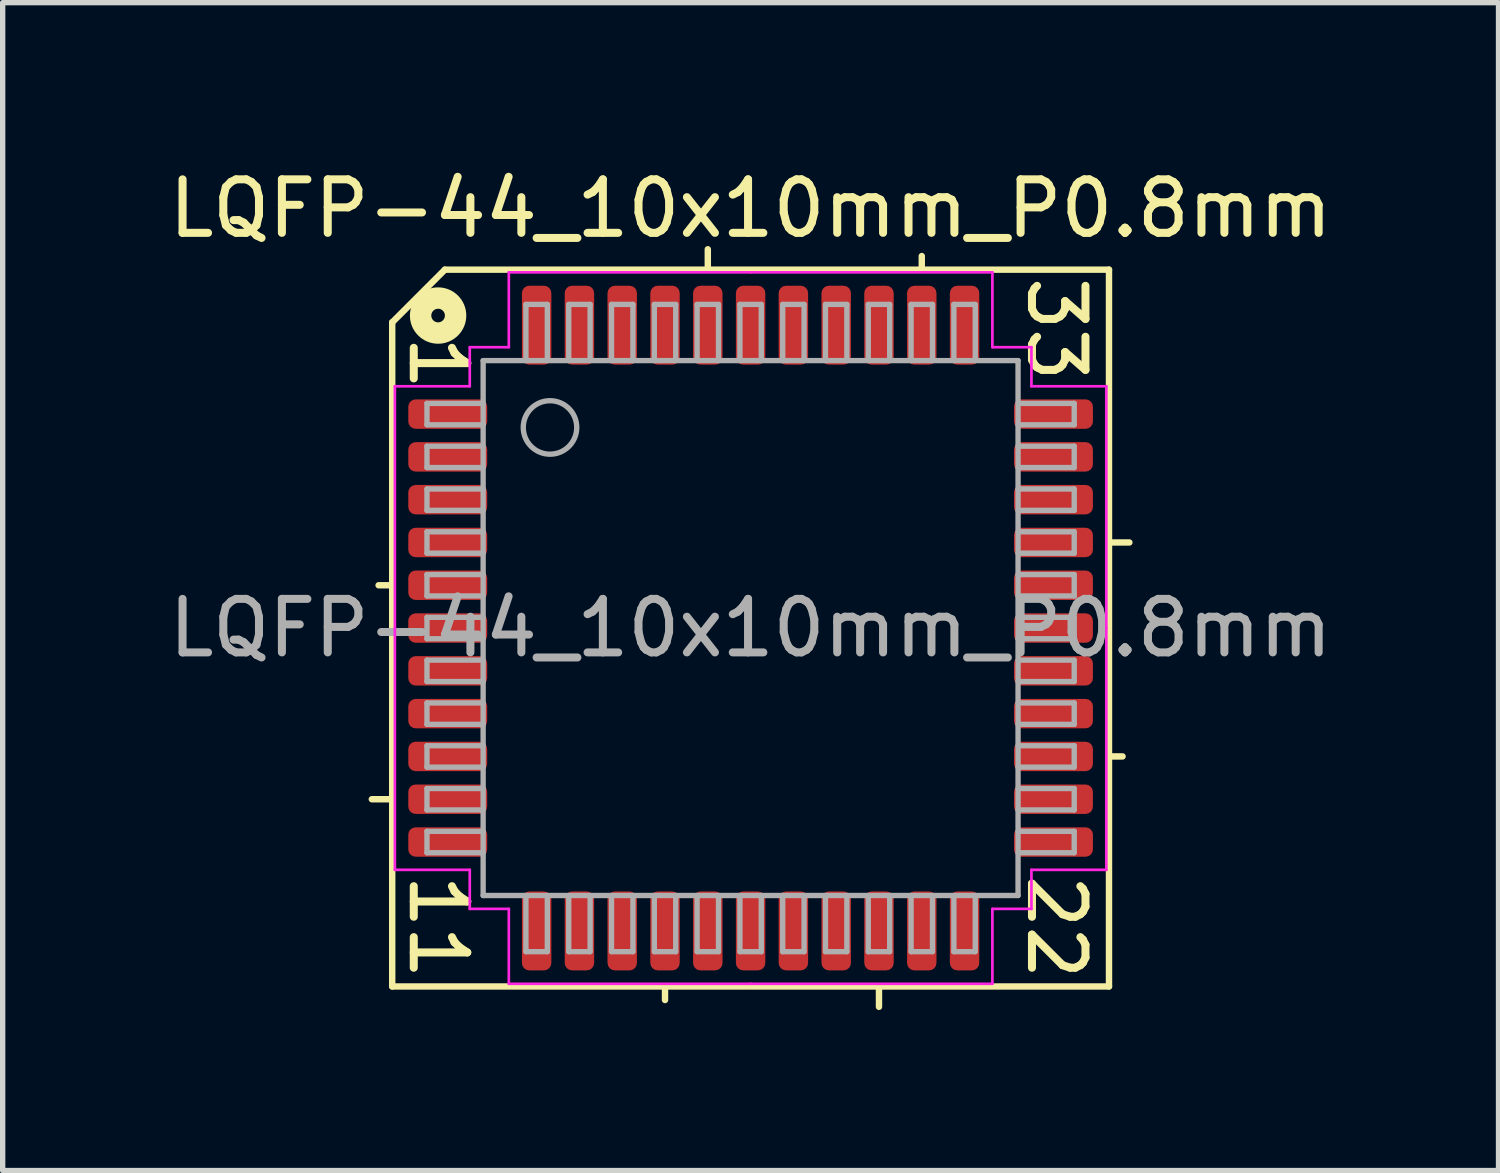
<source format=kicad_pcb>
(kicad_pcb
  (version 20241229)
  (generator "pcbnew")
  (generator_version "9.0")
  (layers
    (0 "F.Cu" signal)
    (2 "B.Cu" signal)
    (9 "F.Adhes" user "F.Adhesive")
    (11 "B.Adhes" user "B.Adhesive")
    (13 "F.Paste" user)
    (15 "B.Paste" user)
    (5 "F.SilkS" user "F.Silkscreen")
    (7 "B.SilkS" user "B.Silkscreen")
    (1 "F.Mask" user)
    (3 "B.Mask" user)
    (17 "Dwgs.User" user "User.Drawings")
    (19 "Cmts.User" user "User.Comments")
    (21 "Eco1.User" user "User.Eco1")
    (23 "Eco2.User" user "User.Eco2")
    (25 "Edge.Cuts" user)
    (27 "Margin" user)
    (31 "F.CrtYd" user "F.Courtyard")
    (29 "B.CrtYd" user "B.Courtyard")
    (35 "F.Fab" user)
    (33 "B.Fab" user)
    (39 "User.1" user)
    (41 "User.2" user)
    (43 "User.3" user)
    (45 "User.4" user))
  (footprint "LQFP-44_10x10mm_P0.8mm"
    (layer "F.Cu")
    (at 10.982 8.691)
    (property "Reference" "LQFP-44_10x10mm_P0.8mm" (at 0 -7.843 0) (layer "F.SilkS") (effects (font (size 1 1) (thickness 0.15))))
    (attr smd)
    (fp_line (start -6.7 -5.715) (end -5.715 -6.7) (stroke (width 0.12) (type solid)) (layer "F.SilkS"))
    (fp_line (start -6.7 -0.8) (end -6.954 -0.8) (stroke (width 0.12) (type solid)) (layer "F.SilkS"))
    (fp_line (start -6.7 3.2) (end -7.081 3.2) (stroke (width 0.12) (type solid)) (layer "F.SilkS"))
    (fp_line (start -6.7 6.7) (end -6.7 -5.715) (stroke (width 0.12) (type solid)) (layer "F.SilkS"))
    (fp_line (start -5.715 -6.7) (end 6.7 -6.7) (stroke (width 0.12) (type solid)) (layer "F.SilkS"))
    (fp_line (start -1.6 6.7) (end -1.6 6.954) (stroke (width 0.12) (type solid)) (layer "F.SilkS"))
    (fp_line (start -0.8 -6.7) (end -0.8 -7.081) (stroke (width 0.12) (type solid)) (layer "F.SilkS"))
    (fp_line (start 2.4 6.7) (end 2.4 7.081) (stroke (width 0.12) (type solid)) (layer "F.SilkS"))
    (fp_line (start 3.2 -6.7) (end 3.2 -6.954) (stroke (width 0.12) (type solid)) (layer "F.SilkS"))
    (fp_line (start 6.7 -6.7) (end 6.7 6.7) (stroke (width 0.12) (type solid)) (layer "F.SilkS"))
    (fp_line (start 6.7 -1.6) (end 7.081 -1.6) (stroke (width 0.12) (type solid)) (layer "F.SilkS"))
    (fp_line (start 6.7 2.4) (end 6.954 2.4) (stroke (width 0.12) (type solid)) (layer "F.SilkS"))
    (fp_line (start 6.7 6.7) (end -6.7 6.7) (stroke (width 0.12) (type solid)) (layer "F.SilkS"))
    (fp_circle (center -5.842 -5.842) (end -5.715 -5.842) (stroke (width 0.4) (type solid)) (fill no) (layer "F.SilkS"))
    (fp_line (start -6.65 -4.52) (end -6.65 0) (stroke (width 0.05) (type solid)) (layer "F.CrtYd"))
    (fp_line (start -6.65 4.52) (end -6.65 0) (stroke (width 0.05) (type solid)) (layer "F.CrtYd"))
    (fp_line (start -5.25 -5.25) (end -5.25 -4.52) (stroke (width 0.05) (type solid)) (layer "F.CrtYd"))
    (fp_line (start -5.25 -4.52) (end -6.65 -4.52) (stroke (width 0.05) (type solid)) (layer "F.CrtYd"))
    (fp_line (start -5.25 4.52) (end -6.65 4.52) (stroke (width 0.05) (type solid)) (layer "F.CrtYd"))
    (fp_line (start -5.25 5.25) (end -5.25 4.52) (stroke (width 0.05) (type solid)) (layer "F.CrtYd"))
    (fp_line (start -4.52 -6.65) (end -4.52 -5.25) (stroke (width 0.05) (type solid)) (layer "F.CrtYd"))
    (fp_line (start -4.52 -5.25) (end -5.25 -5.25) (stroke (width 0.05) (type solid)) (layer "F.CrtYd"))
    (fp_line (start -4.52 5.25) (end -5.25 5.25) (stroke (width 0.05) (type solid)) (layer "F.CrtYd"))
    (fp_line (start -4.52 6.65) (end -4.52 5.25) (stroke (width 0.05) (type solid)) (layer "F.CrtYd"))
    (fp_line (start 0 -6.65) (end -4.52 -6.65) (stroke (width 0.05) (type solid)) (layer "F.CrtYd"))
    (fp_line (start 0 -6.65) (end 4.52 -6.65) (stroke (width 0.05) (type solid)) (layer "F.CrtYd"))
    (fp_line (start 0 6.65) (end -4.52 6.65) (stroke (width 0.05) (type solid)) (layer "F.CrtYd"))
    (fp_line (start 0 6.65) (end 4.52 6.65) (stroke (width 0.05) (type solid)) (layer "F.CrtYd"))
    (fp_line (start 4.52 -6.65) (end 4.52 -5.25) (stroke (width 0.05) (type solid)) (layer "F.CrtYd"))
    (fp_line (start 4.52 -5.25) (end 5.25 -5.25) (stroke (width 0.05) (type solid)) (layer "F.CrtYd"))
    (fp_line (start 4.52 5.25) (end 5.25 5.25) (stroke (width 0.05) (type solid)) (layer "F.CrtYd"))
    (fp_line (start 4.52 6.65) (end 4.52 5.25) (stroke (width 0.05) (type solid)) (layer "F.CrtYd"))
    (fp_line (start 5.25 -5.25) (end 5.25 -4.52) (stroke (width 0.05) (type solid)) (layer "F.CrtYd"))
    (fp_line (start 5.25 -4.52) (end 6.65 -4.52) (stroke (width 0.05) (type solid)) (layer "F.CrtYd"))
    (fp_line (start 5.25 4.52) (end 6.65 4.52) (stroke (width 0.05) (type solid)) (layer "F.CrtYd"))
    (fp_line (start 5.25 5.25) (end 5.25 4.52) (stroke (width 0.05) (type solid)) (layer "F.CrtYd"))
    (fp_line (start 6.65 -4.52) (end 6.65 0) (stroke (width 0.05) (type solid)) (layer "F.CrtYd"))
    (fp_line (start 6.65 4.52) (end 6.65 0) (stroke (width 0.05) (type solid)) (layer "F.CrtYd"))
    (fp_line (start -6.05 -4.2) (end -6.05 -3.8) (stroke (width 0.1) (type solid)) (layer "F.Fab"))
    (fp_line (start -6.05 -4.2) (end -5 -4.2) (stroke (width 0.1) (type solid)) (layer "F.Fab"))
    (fp_line (start -6.05 -3.8) (end -5 -3.8) (stroke (width 0.1) (type solid)) (layer "F.Fab"))
    (fp_line (start -6.05 -3.4) (end -6.05 -3) (stroke (width 0.1) (type solid)) (layer "F.Fab"))
    (fp_line (start -6.05 -3.4) (end -5 -3.4) (stroke (width 0.1) (type solid)) (layer "F.Fab"))
    (fp_line (start -6.05 -3) (end -5 -3) (stroke (width 0.1) (type solid)) (layer "F.Fab"))
    (fp_line (start -6.05 -2.6) (end -6.05 -2.2) (stroke (width 0.1) (type solid)) (layer "F.Fab"))
    (fp_line (start -6.05 -2.6) (end -5 -2.6) (stroke (width 0.1) (type solid)) (layer "F.Fab"))
    (fp_line (start -6.05 -2.2) (end -5 -2.2) (stroke (width 0.1) (type solid)) (layer "F.Fab"))
    (fp_line (start -6.05 -1.8) (end -6.05 -1.4) (stroke (width 0.1) (type solid)) (layer "F.Fab"))
    (fp_line (start -6.05 -1.8) (end -5 -1.8) (stroke (width 0.1) (type solid)) (layer "F.Fab"))
    (fp_line (start -6.05 -1.4) (end -5 -1.4) (stroke (width 0.1) (type solid)) (layer "F.Fab"))
    (fp_line (start -6.05 -1) (end -6.05 -0.6) (stroke (width 0.1) (type solid)) (layer "F.Fab"))
    (fp_line (start -6.05 -1) (end -5 -1) (stroke (width 0.1) (type solid)) (layer "F.Fab"))
    (fp_line (start -6.05 -0.6) (end -5 -0.6) (stroke (width 0.1) (type solid)) (layer "F.Fab"))
    (fp_line (start -6.05 -0.2) (end -6.05 0.2) (stroke (width 0.1) (type solid)) (layer "F.Fab"))
    (fp_line (start -6.05 -0.2) (end -5 -0.2) (stroke (width 0.1) (type solid)) (layer "F.Fab"))
    (fp_line (start -6.05 0.2) (end -5 0.2) (stroke (width 0.1) (type solid)) (layer "F.Fab"))
    (fp_line (start -6.05 0.6) (end -6.05 1) (stroke (width 0.1) (type solid)) (layer "F.Fab"))
    (fp_line (start -6.05 0.6) (end -5 0.6) (stroke (width 0.1) (type solid)) (layer "F.Fab"))
    (fp_line (start -6.05 1) (end -5 1) (stroke (width 0.1) (type solid)) (layer "F.Fab"))
    (fp_line (start -6.05 1.4) (end -6.05 1.8) (stroke (width 0.1) (type solid)) (layer "F.Fab"))
    (fp_line (start -6.05 1.4) (end -5 1.4) (stroke (width 0.1) (type solid)) (layer "F.Fab"))
    (fp_line (start -6.05 1.8) (end -5 1.8) (stroke (width 0.1) (type solid)) (layer "F.Fab"))
    (fp_line (start -6.05 2.2) (end -6.05 2.6) (stroke (width 0.1) (type solid)) (layer "F.Fab"))
    (fp_line (start -6.05 2.2) (end -5 2.2) (stroke (width 0.1) (type solid)) (layer "F.Fab"))
    (fp_line (start -6.05 2.6) (end -5 2.6) (stroke (width 0.1) (type solid)) (layer "F.Fab"))
    (fp_line (start -6.05 3) (end -6.05 3.4) (stroke (width 0.1) (type solid)) (layer "F.Fab"))
    (fp_line (start -6.05 3) (end -5 3) (stroke (width 0.1) (type solid)) (layer "F.Fab"))
    (fp_line (start -6.05 3.4) (end -5 3.4) (stroke (width 0.1) (type solid)) (layer "F.Fab"))
    (fp_line (start -6.05 3.8) (end -6.05 4.2) (stroke (width 0.1) (type solid)) (layer "F.Fab"))
    (fp_line (start -6.05 3.8) (end -5 3.8) (stroke (width 0.1) (type solid)) (layer "F.Fab"))
    (fp_line (start -6.05 4.2) (end -5 4.2) (stroke (width 0.1) (type solid)) (layer "F.Fab"))
    (fp_line (start -5 -5) (end 5 -5) (stroke (width 0.1) (type solid)) (layer "F.Fab"))
    (fp_line (start -5 5) (end -5 -5) (stroke (width 0.1) (type solid)) (layer "F.Fab"))
    (fp_line (start -4.2 -6.05) (end -4.2 -5) (stroke (width 0.1) (type solid)) (layer "F.Fab"))
    (fp_line (start -4.2 6.05) (end -4.2 5) (stroke (width 0.1) (type solid)) (layer "F.Fab"))
    (fp_line (start -4.2 6.05) (end -3.8 6.05) (stroke (width 0.1) (type solid)) (layer "F.Fab"))
    (fp_line (start -3.8 -6.05) (end -4.2 -6.05) (stroke (width 0.1) (type solid)) (layer "F.Fab"))
    (fp_line (start -3.8 -6.05) (end -3.8 -5) (stroke (width 0.1) (type solid)) (layer "F.Fab"))
    (fp_line (start -3.8 6.05) (end -3.8 5) (stroke (width 0.1) (type solid)) (layer "F.Fab"))
    (fp_line (start -3.4 -6.05) (end -3.4 -5) (stroke (width 0.1) (type solid)) (layer "F.Fab"))
    (fp_line (start -3.4 6.05) (end -3.4 5) (stroke (width 0.1) (type solid)) (layer "F.Fab"))
    (fp_line (start -3.4 6.05) (end -3 6.05) (stroke (width 0.1) (type solid)) (layer "F.Fab"))
    (fp_line (start -3 -6.05) (end -3.4 -6.05) (stroke (width 0.1) (type solid)) (layer "F.Fab"))
    (fp_line (start -3 -6.05) (end -3 -5) (stroke (width 0.1) (type solid)) (layer "F.Fab"))
    (fp_line (start -3 6.05) (end -3 5) (stroke (width 0.1) (type solid)) (layer "F.Fab"))
    (fp_line (start -2.6 -6.05) (end -2.6 -5) (stroke (width 0.1) (type solid)) (layer "F.Fab"))
    (fp_line (start -2.6 6.05) (end -2.6 5) (stroke (width 0.1) (type solid)) (layer "F.Fab"))
    (fp_line (start -2.6 6.05) (end -2.2 6.05) (stroke (width 0.1) (type solid)) (layer "F.Fab"))
    (fp_line (start -2.2 -6.05) (end -2.6 -6.05) (stroke (width 0.1) (type solid)) (layer "F.Fab"))
    (fp_line (start -2.2 -6.05) (end -2.2 -5) (stroke (width 0.1) (type solid)) (layer "F.Fab"))
    (fp_line (start -2.2 6.05) (end -2.2 5) (stroke (width 0.1) (type solid)) (layer "F.Fab"))
    (fp_line (start -1.8 -6.05) (end -1.8 -5) (stroke (width 0.1) (type solid)) (layer "F.Fab"))
    (fp_line (start -1.8 6.05) (end -1.8 5) (stroke (width 0.1) (type solid)) (layer "F.Fab"))
    (fp_line (start -1.8 6.05) (end -1.4 6.05) (stroke (width 0.1) (type solid)) (layer "F.Fab"))
    (fp_line (start -1.4 -6.05) (end -1.8 -6.05) (stroke (width 0.1) (type solid)) (layer "F.Fab"))
    (fp_line (start -1.4 -6.05) (end -1.4 -5) (stroke (width 0.1) (type solid)) (layer "F.Fab"))
    (fp_line (start -1.4 6.05) (end -1.4 5) (stroke (width 0.1) (type solid)) (layer "F.Fab"))
    (fp_line (start -1 -6.05) (end -1 -5) (stroke (width 0.1) (type solid)) (layer "F.Fab"))
    (fp_line (start -1 6.05) (end -1 5) (stroke (width 0.1) (type solid)) (layer "F.Fab"))
    (fp_line (start -1 6.05) (end -0.6 6.05) (stroke (width 0.1) (type solid)) (layer "F.Fab"))
    (fp_line (start -0.6 -6.05) (end -1 -6.05) (stroke (width 0.1) (type solid)) (layer "F.Fab"))
    (fp_line (start -0.6 -6.05) (end -0.6 -5) (stroke (width 0.1) (type solid)) (layer "F.Fab"))
    (fp_line (start -0.6 6.05) (end -0.6 5) (stroke (width 0.1) (type solid)) (layer "F.Fab"))
    (fp_line (start -0.2 -6.05) (end -0.2 -5) (stroke (width 0.1) (type solid)) (layer "F.Fab"))
    (fp_line (start -0.2 6.05) (end -0.2 5) (stroke (width 0.1) (type solid)) (layer "F.Fab"))
    (fp_line (start -0.2 6.05) (end 0.2 6.05) (stroke (width 0.1) (type solid)) (layer "F.Fab"))
    (fp_line (start 0.2 -6.05) (end -0.2 -6.05) (stroke (width 0.1) (type solid)) (layer "F.Fab"))
    (fp_line (start 0.2 -6.05) (end 0.2 -5) (stroke (width 0.1) (type solid)) (layer "F.Fab"))
    (fp_line (start 0.2 6.05) (end 0.2 5) (stroke (width 0.1) (type solid)) (layer "F.Fab"))
    (fp_line (start 0.6 -6.05) (end 0.6 -5) (stroke (width 0.1) (type solid)) (layer "F.Fab"))
    (fp_line (start 0.6 6.05) (end 0.6 5) (stroke (width 0.1) (type solid)) (layer "F.Fab"))
    (fp_line (start 0.6 6.05) (end 1 6.05) (stroke (width 0.1) (type solid)) (layer "F.Fab"))
    (fp_line (start 1 -6.05) (end 0.6 -6.05) (stroke (width 0.1) (type solid)) (layer "F.Fab"))
    (fp_line (start 1 -6.05) (end 1 -5) (stroke (width 0.1) (type solid)) (layer "F.Fab"))
    (fp_line (start 1 6.05) (end 1 5) (stroke (width 0.1) (type solid)) (layer "F.Fab"))
    (fp_line (start 1.4 -6.05) (end 1.4 -5) (stroke (width 0.1) (type solid)) (layer "F.Fab"))
    (fp_line (start 1.4 6.05) (end 1.4 5) (stroke (width 0.1) (type solid)) (layer "F.Fab"))
    (fp_line (start 1.4 6.05) (end 1.8 6.05) (stroke (width 0.1) (type solid)) (layer "F.Fab"))
    (fp_line (start 1.8 -6.05) (end 1.4 -6.05) (stroke (width 0.1) (type solid)) (layer "F.Fab"))
    (fp_line (start 1.8 -6.05) (end 1.8 -5) (stroke (width 0.1) (type solid)) (layer "F.Fab"))
    (fp_line (start 1.8 6.05) (end 1.8 5) (stroke (width 0.1) (type solid)) (layer "F.Fab"))
    (fp_line (start 2.2 -6.05) (end 2.2 -5) (stroke (width 0.1) (type solid)) (layer "F.Fab"))
    (fp_line (start 2.2 6.05) (end 2.2 5) (stroke (width 0.1) (type solid)) (layer "F.Fab"))
    (fp_line (start 2.2 6.05) (end 2.6 6.05) (stroke (width 0.1) (type solid)) (layer "F.Fab"))
    (fp_line (start 2.6 -6.05) (end 2.2 -6.05) (stroke (width 0.1) (type solid)) (layer "F.Fab"))
    (fp_line (start 2.6 -6.05) (end 2.6 -5) (stroke (width 0.1) (type solid)) (layer "F.Fab"))
    (fp_line (start 2.6 6.05) (end 2.6 5) (stroke (width 0.1) (type solid)) (layer "F.Fab"))
    (fp_line (start 3 -6.05) (end 3 -5) (stroke (width 0.1) (type solid)) (layer "F.Fab"))
    (fp_line (start 3 6.05) (end 3 5) (stroke (width 0.1) (type solid)) (layer "F.Fab"))
    (fp_line (start 3 6.05) (end 3.4 6.05) (stroke (width 0.1) (type solid)) (layer "F.Fab"))
    (fp_line (start 3.4 -6.05) (end 3 -6.05) (stroke (width 0.1) (type solid)) (layer "F.Fab"))
    (fp_line (start 3.4 -6.05) (end 3.4 -5) (stroke (width 0.1) (type solid)) (layer "F.Fab"))
    (fp_line (start 3.4 6.05) (end 3.4 5) (stroke (width 0.1) (type solid)) (layer "F.Fab"))
    (fp_line (start 3.8 -6.05) (end 3.8 -5) (stroke (width 0.1) (type solid)) (layer "F.Fab"))
    (fp_line (start 3.8 6.05) (end 3.8 5) (stroke (width 0.1) (type solid)) (layer "F.Fab"))
    (fp_line (start 3.8 6.05) (end 4.2 6.05) (stroke (width 0.1) (type solid)) (layer "F.Fab"))
    (fp_line (start 4.2 -6.05) (end 3.8 -6.05) (stroke (width 0.1) (type solid)) (layer "F.Fab"))
    (fp_line (start 4.2 -6.05) (end 4.2 -5) (stroke (width 0.1) (type solid)) (layer "F.Fab"))
    (fp_line (start 4.2 6.05) (end 4.2 5) (stroke (width 0.1) (type solid)) (layer "F.Fab"))
    (fp_line (start 5 -5) (end 5 5) (stroke (width 0.1) (type solid)) (layer "F.Fab"))
    (fp_line (start 5 5) (end -5 5) (stroke (width 0.1) (type solid)) (layer "F.Fab"))
    (fp_line (start 6.05 -4.2) (end 5 -4.2) (stroke (width 0.1) (type solid)) (layer "F.Fab"))
    (fp_line (start 6.05 -3.8) (end 5 -3.8) (stroke (width 0.1) (type solid)) (layer "F.Fab"))
    (fp_line (start 6.05 -3.8) (end 6.05 -4.2) (stroke (width 0.1) (type solid)) (layer "F.Fab"))
    (fp_line (start 6.05 -3.4) (end 5 -3.4) (stroke (width 0.1) (type solid)) (layer "F.Fab"))
    (fp_line (start 6.05 -3) (end 5 -3) (stroke (width 0.1) (type solid)) (layer "F.Fab"))
    (fp_line (start 6.05 -3) (end 6.05 -3.4) (stroke (width 0.1) (type solid)) (layer "F.Fab"))
    (fp_line (start 6.05 -2.6) (end 5 -2.6) (stroke (width 0.1) (type solid)) (layer "F.Fab"))
    (fp_line (start 6.05 -2.2) (end 5 -2.2) (stroke (width 0.1) (type solid)) (layer "F.Fab"))
    (fp_line (start 6.05 -2.2) (end 6.05 -2.6) (stroke (width 0.1) (type solid)) (layer "F.Fab"))
    (fp_line (start 6.05 -1.8) (end 5 -1.8) (stroke (width 0.1) (type solid)) (layer "F.Fab"))
    (fp_line (start 6.05 -1.4) (end 5 -1.4) (stroke (width 0.1) (type solid)) (layer "F.Fab"))
    (fp_line (start 6.05 -1.4) (end 6.05 -1.8) (stroke (width 0.1) (type solid)) (layer "F.Fab"))
    (fp_line (start 6.05 -1) (end 5 -1) (stroke (width 0.1) (type solid)) (layer "F.Fab"))
    (fp_line (start 6.05 -0.6) (end 5 -0.6) (stroke (width 0.1) (type solid)) (layer "F.Fab"))
    (fp_line (start 6.05 -0.6) (end 6.05 -1) (stroke (width 0.1) (type solid)) (layer "F.Fab"))
    (fp_line (start 6.05 -0.2) (end 5 -0.2) (stroke (width 0.1) (type solid)) (layer "F.Fab"))
    (fp_line (start 6.05 0.2) (end 5 0.2) (stroke (width 0.1) (type solid)) (layer "F.Fab"))
    (fp_line (start 6.05 0.2) (end 6.05 -0.2) (stroke (width 0.1) (type solid)) (layer "F.Fab"))
    (fp_line (start 6.05 0.6) (end 5 0.6) (stroke (width 0.1) (type solid)) (layer "F.Fab"))
    (fp_line (start 6.05 1) (end 5 1) (stroke (width 0.1) (type solid)) (layer "F.Fab"))
    (fp_line (start 6.05 1) (end 6.05 0.6) (stroke (width 0.1) (type solid)) (layer "F.Fab"))
    (fp_line (start 6.05 1.4) (end 5 1.4) (stroke (width 0.1) (type solid)) (layer "F.Fab"))
    (fp_line (start 6.05 1.8) (end 5 1.8) (stroke (width 0.1) (type solid)) (layer "F.Fab"))
    (fp_line (start 6.05 1.8) (end 6.05 1.4) (stroke (width 0.1) (type solid)) (layer "F.Fab"))
    (fp_line (start 6.05 2.2) (end 5 2.2) (stroke (width 0.1) (type solid)) (layer "F.Fab"))
    (fp_line (start 6.05 2.6) (end 5 2.6) (stroke (width 0.1) (type solid)) (layer "F.Fab"))
    (fp_line (start 6.05 2.6) (end 6.05 2.2) (stroke (width 0.1) (type solid)) (layer "F.Fab"))
    (fp_line (start 6.05 3) (end 5 3) (stroke (width 0.1) (type solid)) (layer "F.Fab"))
    (fp_line (start 6.05 3.4) (end 5 3.4) (stroke (width 0.1) (type solid)) (layer "F.Fab"))
    (fp_line (start 6.05 3.4) (end 6.05 3) (stroke (width 0.1) (type solid)) (layer "F.Fab"))
    (fp_line (start 6.05 3.8) (end 5 3.8) (stroke (width 0.1) (type solid)) (layer "F.Fab"))
    (fp_line (start 6.05 4.2) (end 5 4.2) (stroke (width 0.1) (type solid)) (layer "F.Fab"))
    (fp_line (start 6.05 4.2) (end 6.05 3.8) (stroke (width 0.1) (type solid)) (layer "F.Fab"))
    (fp_circle (center -3.75 -3.75) (end -3.25 -3.75) (stroke (width 0.1) (type solid)) (fill no) (layer "F.Fab"))
    (fp_text user "1" (at -5.842 -4.953 270) (unlocked yes) (layer "F.SilkS") (effects (font (size 1 1) (thickness 0.15))))
    (fp_text user "22" (at 5.715 5.588 270) (unlocked yes) (layer "F.SilkS") (effects (font (size 1 1) (thickness 0.15))))
    (fp_text user "33" (at 5.715 -5.588 270) (unlocked yes) (layer "F.SilkS") (effects (font (size 1 1) (thickness 0.15))))
    (fp_text user "11" (at -5.842 5.588 270) (unlocked yes) (layer "F.SilkS") (effects (font (size 1 1) (thickness 0.15))))
    (fp_text user "${REFERENCE}" (at 0 0 0) (layer "F.Fab") (effects (font (size 1 1) (thickness 0.15))))
    (pad "1" smd roundrect (at -5.662 -4) (size 1.475 0.55) (layers "F.Cu" "F.Mask" "F.Paste") (roundrect_rratio 0.25))
    (pad "2" smd roundrect (at -5.662 -3.2) (size 1.475 0.55) (layers "F.Cu" "F.Mask" "F.Paste") (roundrect_rratio 0.25))
    (pad "3" smd roundrect (at -5.662 -2.4) (size 1.475 0.55) (layers "F.Cu" "F.Mask" "F.Paste") (roundrect_rratio 0.25))
    (pad "4" smd roundrect (at -5.662 -1.6) (size 1.475 0.55) (layers "F.Cu" "F.Mask" "F.Paste") (roundrect_rratio 0.25))
    (pad "5" smd roundrect (at -5.662 -0.8) (size 1.475 0.55) (layers "F.Cu" "F.Mask" "F.Paste") (roundrect_rratio 0.25))
    (pad "6" smd roundrect (at -5.662 0) (size 1.475 0.55) (layers "F.Cu" "F.Mask" "F.Paste") (roundrect_rratio 0.25))
    (pad "7" smd roundrect (at -5.662 0.8) (size 1.475 0.55) (layers "F.Cu" "F.Mask" "F.Paste") (roundrect_rratio 0.25))
    (pad "8" smd roundrect (at -5.662 1.6) (size 1.475 0.55) (layers "F.Cu" "F.Mask" "F.Paste") (roundrect_rratio 0.25))
    (pad "9" smd roundrect (at -5.662 2.4) (size 1.475 0.55) (layers "F.Cu" "F.Mask" "F.Paste") (roundrect_rratio 0.25))
    (pad "10" smd roundrect (at -5.662 3.2) (size 1.475 0.55) (layers "F.Cu" "F.Mask" "F.Paste") (roundrect_rratio 0.25))
    (pad "11" smd roundrect (at -5.662 4) (size 1.475 0.55) (layers "F.Cu" "F.Mask" "F.Paste") (roundrect_rratio 0.25))
    (pad "12" smd roundrect (at -4 5.662) (size 0.55 1.475) (layers "F.Cu" "F.Mask" "F.Paste") (roundrect_rratio 0.25))
    (pad "13" smd roundrect (at -3.2 5.662) (size 0.55 1.475) (layers "F.Cu" "F.Mask" "F.Paste") (roundrect_rratio 0.25))
    (pad "14" smd roundrect (at -2.4 5.662) (size 0.55 1.475) (layers "F.Cu" "F.Mask" "F.Paste") (roundrect_rratio 0.25))
    (pad "15" smd roundrect (at -1.6 5.662) (size 0.55 1.475) (layers "F.Cu" "F.Mask" "F.Paste") (roundrect_rratio 0.25))
    (pad "16" smd roundrect (at -0.8 5.662) (size 0.55 1.475) (layers "F.Cu" "F.Mask" "F.Paste") (roundrect_rratio 0.25))
    (pad "17" smd roundrect (at 0 5.662) (size 0.55 1.475) (layers "F.Cu" "F.Mask" "F.Paste") (roundrect_rratio 0.25))
    (pad "18" smd roundrect (at 0.8 5.662) (size 0.55 1.475) (layers "F.Cu" "F.Mask" "F.Paste") (roundrect_rratio 0.25))
    (pad "19" smd roundrect (at 1.6 5.662) (size 0.55 1.475) (layers "F.Cu" "F.Mask" "F.Paste") (roundrect_rratio 0.25))
    (pad "20" smd roundrect (at 2.4 5.662) (size 0.55 1.475) (layers "F.Cu" "F.Mask" "F.Paste") (roundrect_rratio 0.25))
    (pad "21" smd roundrect (at 3.2 5.662) (size 0.55 1.475) (layers "F.Cu" "F.Mask" "F.Paste") (roundrect_rratio 0.25))
    (pad "22" smd roundrect (at 4 5.662) (size 0.55 1.475) (layers "F.Cu" "F.Mask" "F.Paste") (roundrect_rratio 0.25))
    (pad "23" smd roundrect (at 5.662 4) (size 1.475 0.55) (layers "F.Cu" "F.Mask" "F.Paste") (roundrect_rratio 0.25))
    (pad "24" smd roundrect (at 5.662 3.2) (size 1.475 0.55) (layers "F.Cu" "F.Mask" "F.Paste") (roundrect_rratio 0.25))
    (pad "25" smd roundrect (at 5.662 2.4) (size 1.475 0.55) (layers "F.Cu" "F.Mask" "F.Paste") (roundrect_rratio 0.25))
    (pad "26" smd roundrect (at 5.662 1.6) (size 1.475 0.55) (layers "F.Cu" "F.Mask" "F.Paste") (roundrect_rratio 0.25))
    (pad "27" smd roundrect (at 5.662 0.8) (size 1.475 0.55) (layers "F.Cu" "F.Mask" "F.Paste") (roundrect_rratio 0.25))
    (pad "28" smd roundrect (at 5.662 0) (size 1.475 0.55) (layers "F.Cu" "F.Mask" "F.Paste") (roundrect_rratio 0.25))
    (pad "29" smd roundrect (at 5.662 -0.8) (size 1.475 0.55) (layers "F.Cu" "F.Mask" "F.Paste") (roundrect_rratio 0.25))
    (pad "30" smd roundrect (at 5.662 -1.6) (size 1.475 0.55) (layers "F.Cu" "F.Mask" "F.Paste") (roundrect_rratio 0.25))
    (pad "31" smd roundrect (at 5.662 -2.4) (size 1.475 0.55) (layers "F.Cu" "F.Mask" "F.Paste") (roundrect_rratio 0.25))
    (pad "32" smd roundrect (at 5.662 -3.2) (size 1.475 0.55) (layers "F.Cu" "F.Mask" "F.Paste") (roundrect_rratio 0.25))
    (pad "33" smd roundrect (at 5.662 -4) (size 1.475 0.55) (layers "F.Cu" "F.Mask" "F.Paste") (roundrect_rratio 0.25))
    (pad "34" smd roundrect (at 4 -5.662) (size 0.55 1.475) (layers "F.Cu" "F.Mask" "F.Paste") (roundrect_rratio 0.25))
    (pad "35" smd roundrect (at 3.2 -5.662) (size 0.55 1.475) (layers "F.Cu" "F.Mask" "F.Paste") (roundrect_rratio 0.25))
    (pad "36" smd roundrect (at 2.4 -5.662) (size 0.55 1.475) (layers "F.Cu" "F.Mask" "F.Paste") (roundrect_rratio 0.25))
    (pad "37" smd roundrect (at 1.6 -5.662) (size 0.55 1.475) (layers "F.Cu" "F.Mask" "F.Paste") (roundrect_rratio 0.25))
    (pad "38" smd roundrect (at 0.8 -5.662) (size 0.55 1.475) (layers "F.Cu" "F.Mask" "F.Paste") (roundrect_rratio 0.25))
    (pad "39" smd roundrect (at 0 -5.662) (size 0.55 1.475) (layers "F.Cu" "F.Mask" "F.Paste") (roundrect_rratio 0.25))
    (pad "40" smd roundrect (at -0.8 -5.662) (size 0.55 1.475) (layers "F.Cu" "F.Mask" "F.Paste") (roundrect_rratio 0.25))
    (pad "41" smd roundrect (at -1.6 -5.662) (size 0.55 1.475) (layers "F.Cu" "F.Mask" "F.Paste") (roundrect_rratio 0.25))
    (pad "42" smd roundrect (at -2.4 -5.662) (size 0.55 1.475) (layers "F.Cu" "F.Mask" "F.Paste") (roundrect_rratio 0.25))
    (pad "43" smd roundrect (at -3.2 -5.662) (size 0.55 1.475) (layers "F.Cu" "F.Mask" "F.Paste") (roundrect_rratio 0.25))
    (pad "44" smd roundrect (at -4 -5.662) (size 0.55 1.475) (layers "F.Cu" "F.Mask" "F.Paste") (roundrect_rratio 0.25)))
  (gr_rect
    (start -3 -3)
    (end 24.964 18.832)
    (stroke (width 0.1) (type default))
    (fill no)
    (layer "Edge.Cuts")))
</source>
